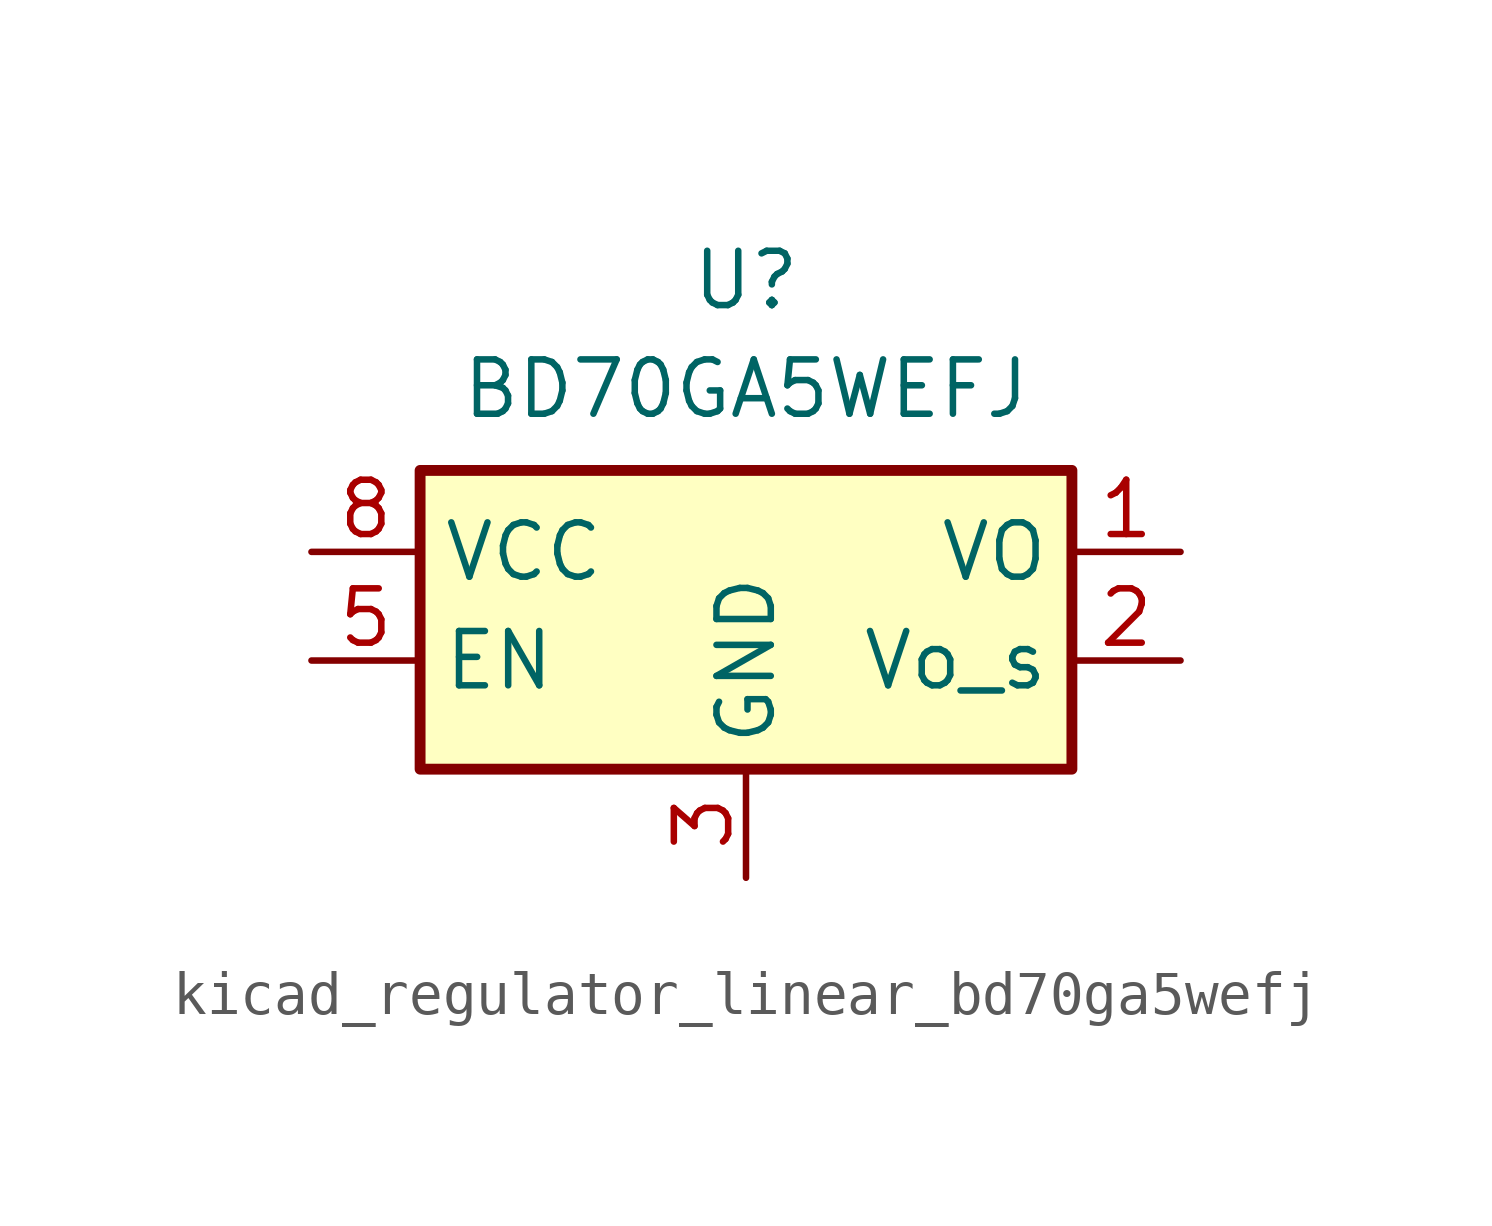
<source format=kicad_sym>
(kicad_symbol_lib
  (version 20220914)
  (generator kicad_symbol_editor)
  (symbol "kicad_regulator_linear_bd70ga5wefj"
    (property "Reference" "U"
      (at 0 6.35 0)
      (effects (font (size 1.27 1.27))))
    (property "Value" "BD70GA5WEFJ"
      (at 0 3.81 0)
      (effects (font (size 1.27 1.27))))
    (symbol "kicad_regulator_linear_bd70ga5wefj_1_1"
      (rectangle (start -7.62 -5.08) (end 7.62 1.905) (stroke (width 0.254) (type default)) (fill (type background)))
      (pin power_out line (at 10.16 0 180) (length 2.54) (name "VO" (effects (font (size 1.27 1.27)))) (number "1" (effects (font (size 1.27 1.27)))))
      (pin input line (at 10.16 -2.54 180) (length 2.54) (name "Vo_s" (effects (font (size 1.27 1.27)))) (number "2" (effects (font (size 1.27 1.27)))))
      (pin power_in line (at 0 -7.62 90) (length 2.54) (name "GND" (effects (font (size 1.27 1.27)))) (number "3" (effects (font (size 1.27 1.27)))))
      (pin passive line (at 0 -7.62 90) (length 2.54) hide (name "GND" (effects (font (size 1.27 1.27)))) (number "4" (effects (font (size 1.27 1.27)))))
      (pin input line (at -10.16 -2.54 0) (length 2.54) (name "EN" (effects (font (size 1.27 1.27)))) (number "5" (effects (font (size 1.27 1.27)))))
      (pin passive line (at 0 -7.62 90) (length 2.54) hide (name "GND" (effects (font (size 1.27 1.27)))) (number "6" (effects (font (size 1.27 1.27)))))
      (pin passive line (at 0 -7.62 90) (length 2.54) hide (name "GND" (effects (font (size 1.27 1.27)))) (number "7" (effects (font (size 1.27 1.27)))))
      (pin power_in line (at -10.16 0 0) (length 2.54) (name "VCC" (effects (font (size 1.27 1.27)))) (number "8" (effects (font (size 1.27 1.27)))))
      (pin passive line (at 0 -7.62 90) (length 2.54) hide (name "GND" (effects (font (size 1.27 1.27)))) (number "9" (effects (font (size 1.27 1.27))))))))
</source>
